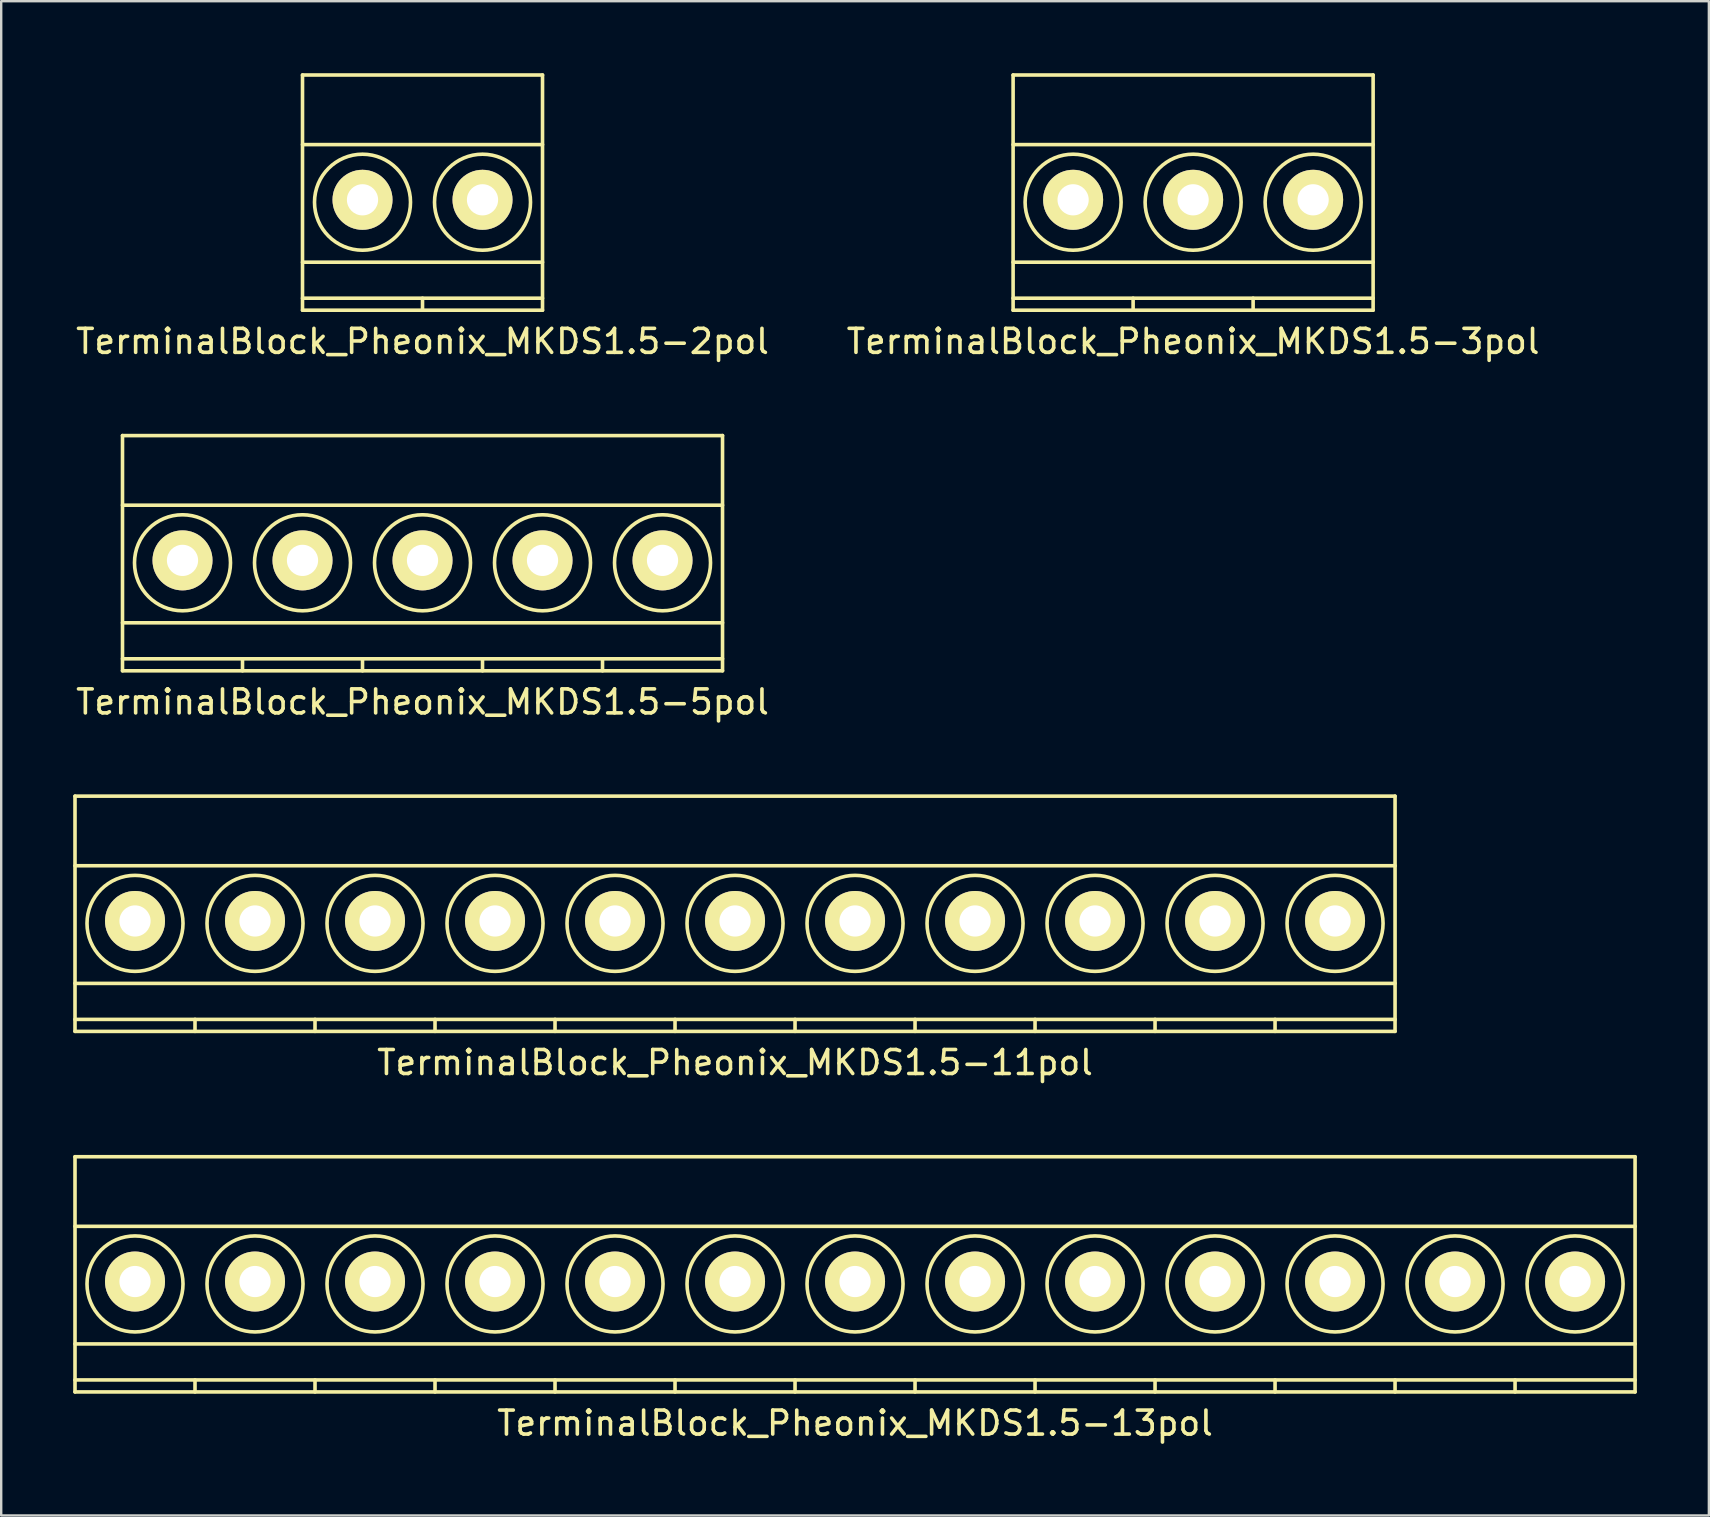
<source format=kicad_pcb>
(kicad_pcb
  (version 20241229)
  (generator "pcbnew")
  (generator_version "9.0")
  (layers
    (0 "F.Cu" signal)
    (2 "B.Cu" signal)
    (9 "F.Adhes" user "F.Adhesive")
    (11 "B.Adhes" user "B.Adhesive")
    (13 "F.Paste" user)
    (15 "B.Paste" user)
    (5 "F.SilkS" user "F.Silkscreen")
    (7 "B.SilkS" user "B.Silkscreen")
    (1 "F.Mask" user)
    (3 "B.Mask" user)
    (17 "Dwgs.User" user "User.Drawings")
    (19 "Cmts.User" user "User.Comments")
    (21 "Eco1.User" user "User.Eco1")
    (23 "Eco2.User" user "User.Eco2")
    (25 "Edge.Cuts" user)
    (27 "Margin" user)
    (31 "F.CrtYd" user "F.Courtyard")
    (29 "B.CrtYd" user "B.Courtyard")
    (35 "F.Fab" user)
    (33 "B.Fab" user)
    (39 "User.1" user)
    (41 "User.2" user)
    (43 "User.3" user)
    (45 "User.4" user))
  (footprint "TerminalBlock_Pheonix_MKDS1.5-13pol"
    (layer "F.Cu")
    (at 32.575 50.345)
    (property "Reference" "TerminalBlock_Pheonix_MKDS1.5-13pol" (at 0 5.9 0) (layer "F.SilkS") (effects (font (size 1 1) (thickness 0.15))))
    (attr through_hole)
    (fp_line (start -32.5 -5.2) (end -32.5 4.6) (stroke (width 0.15) (type solid)) (layer "F.SilkS"))
    (fp_line (start -32.5 -2.3) (end 32.5 -2.3) (stroke (width 0.15) (type solid)) (layer "F.SilkS"))
    (fp_line (start -32.5 2.6) (end 32.5 2.6) (stroke (width 0.15) (type solid)) (layer "F.SilkS"))
    (fp_line (start -32.5 4.1) (end 32.5 4.1) (stroke (width 0.15) (type solid)) (layer "F.SilkS"))
    (fp_line (start -32.5 4.6) (end 32.5 4.6) (stroke (width 0.15) (type solid)) (layer "F.SilkS"))
    (fp_line (start -27.5 4.1) (end -27.5 4.6) (stroke (width 0.15) (type solid)) (layer "F.SilkS"))
    (fp_line (start -22.5 4.1) (end -22.5 4.6) (stroke (width 0.15) (type solid)) (layer "F.SilkS"))
    (fp_line (start -17.5 4.1) (end -17.5 4.6) (stroke (width 0.15) (type solid)) (layer "F.SilkS"))
    (fp_line (start -12.5 4.1) (end -12.5 4.6) (stroke (width 0.15) (type solid)) (layer "F.SilkS"))
    (fp_line (start -7.5 4.1) (end -7.5 4.6) (stroke (width 0.15) (type solid)) (layer "F.SilkS"))
    (fp_line (start -2.5 4.1) (end -2.5 4.6) (stroke (width 0.15) (type solid)) (layer "F.SilkS"))
    (fp_line (start 2.5 4.1) (end 2.5 4.6) (stroke (width 0.15) (type solid)) (layer "F.SilkS"))
    (fp_line (start 7.5 4.1) (end 7.5 4.6) (stroke (width 0.15) (type solid)) (layer "F.SilkS"))
    (fp_line (start 12.5 4.1) (end 12.5 4.6) (stroke (width 0.15) (type solid)) (layer "F.SilkS"))
    (fp_line (start 17.5 4.1) (end 17.5 4.6) (stroke (width 0.15) (type solid)) (layer "F.SilkS"))
    (fp_line (start 22.5 4.1) (end 22.5 4.6) (stroke (width 0.15) (type solid)) (layer "F.SilkS"))
    (fp_line (start 27.5 4.1) (end 27.5 4.6) (stroke (width 0.15) (type solid)) (layer "F.SilkS"))
    (fp_line (start 32.5 -5.2) (end -32.5 -5.2) (stroke (width 0.15) (type solid)) (layer "F.SilkS"))
    (fp_line (start 32.5 4.6) (end 32.5 -5.2) (stroke (width 0.15) (type solid)) (layer "F.SilkS"))
    (fp_circle (center -30 0.1) (end -28 0.1) (stroke (width 0.15) (type solid)) (fill no) (layer "F.SilkS"))
    (fp_circle (center -25 0.1) (end -27 0.1) (stroke (width 0.15) (type solid)) (fill no) (layer "F.SilkS"))
    (fp_circle (center -20 0.1) (end -22 0.1) (stroke (width 0.15) (type solid)) (fill no) (layer "F.SilkS"))
    (fp_circle (center -15 0.1) (end -17 0.1) (stroke (width 0.15) (type solid)) (fill no) (layer "F.SilkS"))
    (fp_circle (center -10 0.1) (end -12 0.1) (stroke (width 0.15) (type solid)) (fill no) (layer "F.SilkS"))
    (fp_circle (center -5 0.1) (end -7 0.1) (stroke (width 0.15) (type solid)) (fill no) (layer "F.SilkS"))
    (fp_circle (center 0 0.1) (end -2 0.1) (stroke (width 0.15) (type solid)) (fill no) (layer "F.SilkS"))
    (fp_circle (center 5 0.1) (end 3 0.1) (stroke (width 0.15) (type solid)) (fill no) (layer "F.SilkS"))
    (fp_circle (center 10 0.1) (end 8 0.1) (stroke (width 0.15) (type solid)) (fill no) (layer "F.SilkS"))
    (fp_circle (center 15 0.1) (end 13 0.1) (stroke (width 0.15) (type solid)) (fill no) (layer "F.SilkS"))
    (fp_circle (center 20 0.1) (end 18 0.1) (stroke (width 0.15) (type solid)) (fill no) (layer "F.SilkS"))
    (fp_circle (center 25 0.1) (end 23 0.1) (stroke (width 0.15) (type solid)) (fill no) (layer "F.SilkS"))
    (fp_circle (center 30 0.1) (end 28 0.1) (stroke (width 0.15) (type solid)) (fill no) (layer "F.SilkS"))
    (pad "1" thru_hole circle (at -30 0) (size 2.5 2.5) (drill 1.3) (layers "*.Cu" "*.Mask" "F.SilkS"))
    (pad "2" thru_hole circle (at -25 0) (size 2.5 2.5) (drill 1.3) (layers "*.Cu" "*.Mask" "F.SilkS"))
    (pad "3" thru_hole circle (at -20 0) (size 2.5 2.5) (drill 1.3) (layers "*.Cu" "*.Mask" "F.SilkS"))
    (pad "4" thru_hole circle (at -15 0) (size 2.5 2.5) (drill 1.3) (layers "*.Cu" "*.Mask" "F.SilkS"))
    (pad "5" thru_hole circle (at -10 0) (size 2.5 2.5) (drill 1.3) (layers "*.Cu" "*.Mask" "F.SilkS"))
    (pad "6" thru_hole circle (at -5 0) (size 2.5 2.5) (drill 1.3) (layers "*.Cu" "*.Mask" "F.SilkS"))
    (pad "7" thru_hole circle (at 0 0) (size 2.5 2.5) (drill 1.3) (layers "*.Cu" "*.Mask" "F.SilkS"))
    (pad "8" thru_hole circle (at 5 0) (size 2.5 2.5) (drill 1.3) (layers "*.Cu" "*.Mask" "F.SilkS"))
    (pad "9" thru_hole circle (at 10 0) (size 2.5 2.5) (drill 1.3) (layers "*.Cu" "*.Mask" "F.SilkS"))
    (pad "10" thru_hole circle (at 15 0) (size 2.5 2.5) (drill 1.3) (layers "*.Cu" "*.Mask" "F.SilkS"))
    (pad "11" thru_hole circle (at 20 0) (size 2.5 2.5) (drill 1.3) (layers "*.Cu" "*.Mask" "F.SilkS"))
    (pad "12" thru_hole circle (at 25 0) (size 2.5 2.5) (drill 1.3) (layers "*.Cu" "*.Mask" "F.SilkS"))
    (pad "13" thru_hole circle (at 30 0) (size 2.5 2.5) (drill 1.3) (layers "*.Cu" "*.Mask" "F.SilkS")))
  (footprint "TerminalBlock_Pheonix_MKDS1.5-5pol"
    (layer "F.Cu")
    (at 14.554 20.298)
    (property "Reference" "TerminalBlock_Pheonix_MKDS1.5-5pol" (at 0 5.9 0) (layer "F.SilkS") (effects (font (size 1 1) (thickness 0.15))))
    (attr through_hole)
    (fp_line (start -12.5 -5.2) (end -12.5 4.6) (stroke (width 0.15) (type solid)) (layer "F.SilkS"))
    (fp_line (start -12.5 -2.3) (end 12.5 -2.3) (stroke (width 0.15) (type solid)) (layer "F.SilkS"))
    (fp_line (start -12.5 2.6) (end 12.5 2.6) (stroke (width 0.15) (type solid)) (layer "F.SilkS"))
    (fp_line (start -12.5 4.1) (end 12.5 4.1) (stroke (width 0.15) (type solid)) (layer "F.SilkS"))
    (fp_line (start -12.5 4.6) (end 12.5 4.6) (stroke (width 0.15) (type solid)) (layer "F.SilkS"))
    (fp_line (start -7.5 4.1) (end -7.5 4.6) (stroke (width 0.15) (type solid)) (layer "F.SilkS"))
    (fp_line (start -2.5 4.1) (end -2.5 4.6) (stroke (width 0.15) (type solid)) (layer "F.SilkS"))
    (fp_line (start 2.5 4.1) (end 2.5 4.6) (stroke (width 0.15) (type solid)) (layer "F.SilkS"))
    (fp_line (start 7.5 4.1) (end 7.5 4.6) (stroke (width 0.15) (type solid)) (layer "F.SilkS"))
    (fp_line (start 12.5 -5.2) (end -12.5 -5.2) (stroke (width 0.15) (type solid)) (layer "F.SilkS"))
    (fp_line (start 12.5 4.6) (end 12.5 -5.2) (stroke (width 0.15) (type solid)) (layer "F.SilkS"))
    (fp_circle (center -10 0.1) (end -8 0.1) (stroke (width 0.15) (type solid)) (fill no) (layer "F.SilkS"))
    (fp_circle (center -5 0.1) (end -7 0.1) (stroke (width 0.15) (type solid)) (fill no) (layer "F.SilkS"))
    (fp_circle (center 0 0.1) (end -2 0.1) (stroke (width 0.15) (type solid)) (fill no) (layer "F.SilkS"))
    (fp_circle (center 5 0.1) (end 3 0.1) (stroke (width 0.15) (type solid)) (fill no) (layer "F.SilkS"))
    (fp_circle (center 10 0.1) (end 8 0.1) (stroke (width 0.15) (type solid)) (fill no) (layer "F.SilkS"))
    (pad "1" thru_hole circle (at -10 0) (size 2.5 2.5) (drill 1.3) (layers "*.Cu" "*.Mask" "F.SilkS"))
    (pad "2" thru_hole circle (at -5 0) (size 2.5 2.5) (drill 1.3) (layers "*.Cu" "*.Mask" "F.SilkS"))
    (pad "3" thru_hole circle (at 0 0) (size 2.5 2.5) (drill 1.3) (layers "*.Cu" "*.Mask" "F.SilkS"))
    (pad "4" thru_hole circle (at 5 0) (size 2.5 2.5) (drill 1.3) (layers "*.Cu" "*.Mask" "F.SilkS"))
    (pad "5" thru_hole circle (at 10 0) (size 2.5 2.5) (drill 1.3) (layers "*.Cu" "*.Mask" "F.SilkS")))
  (footprint "TerminalBlock_Pheonix_MKDS1.5-3pol"
    (layer "F.Cu")
    (at 46.661 5.275)
    (property "Reference" "TerminalBlock_Pheonix_MKDS1.5-3pol" (at 0 5.9 0) (layer "F.SilkS") (effects (font (size 1 1) (thickness 0.15))))
    (attr through_hole)
    (fp_line (start -7.5 -5.2) (end -7.5 4.6) (stroke (width 0.15) (type solid)) (layer "F.SilkS"))
    (fp_line (start -7.5 -2.3) (end 7.5 -2.3) (stroke (width 0.15) (type solid)) (layer "F.SilkS"))
    (fp_line (start -7.5 2.6) (end 7.5 2.6) (stroke (width 0.15) (type solid)) (layer "F.SilkS"))
    (fp_line (start -7.5 4.1) (end 7.5 4.1) (stroke (width 0.15) (type solid)) (layer "F.SilkS"))
    (fp_line (start -7.5 4.6) (end 7.5 4.6) (stroke (width 0.15) (type solid)) (layer "F.SilkS"))
    (fp_line (start -2.5 4.1) (end -2.5 4.6) (stroke (width 0.15) (type solid)) (layer "F.SilkS"))
    (fp_line (start 2.5 4.1) (end 2.5 4.6) (stroke (width 0.15) (type solid)) (layer "F.SilkS"))
    (fp_line (start 7.5 -5.2) (end -7.5 -5.2) (stroke (width 0.15) (type solid)) (layer "F.SilkS"))
    (fp_line (start 7.5 4.6) (end 7.5 -5.2) (stroke (width 0.15) (type solid)) (layer "F.SilkS"))
    (fp_circle (center -5 0.1) (end -3 0.1) (stroke (width 0.15) (type solid)) (fill no) (layer "F.SilkS"))
    (fp_circle (center 0 0.1) (end -2 0.1) (stroke (width 0.15) (type solid)) (fill no) (layer "F.SilkS"))
    (fp_circle (center 5 0.1) (end 3 0.1) (stroke (width 0.15) (type solid)) (fill no) (layer "F.SilkS"))
    (pad "1" thru_hole circle (at -5 0) (size 2.5 2.5) (drill 1.3) (layers "*.Cu" "*.Mask" "F.SilkS"))
    (pad "2" thru_hole circle (at 0 0) (size 2.5 2.5) (drill 1.3) (layers "*.Cu" "*.Mask" "F.SilkS"))
    (pad "3" thru_hole circle (at 5 0) (size 2.5 2.5) (drill 1.3) (layers "*.Cu" "*.Mask" "F.SilkS")))
  (footprint "TerminalBlock_Pheonix_MKDS1.5-2pol"
    (layer "F.Cu")
    (at 14.554 5.275)
    (property "Reference" "TerminalBlock_Pheonix_MKDS1.5-2pol" (at 0 5.9 0) (layer "F.SilkS") (effects (font (size 1 1) (thickness 0.15))))
    (attr through_hole)
    (fp_line (start -5 -5.2) (end -5 4.6) (stroke (width 0.15) (type solid)) (layer "F.SilkS"))
    (fp_line (start -5 -2.3) (end 5 -2.3) (stroke (width 0.15) (type solid)) (layer "F.SilkS"))
    (fp_line (start -5 2.6) (end 5 2.6) (stroke (width 0.15) (type solid)) (layer "F.SilkS"))
    (fp_line (start -5 4.1) (end 5 4.1) (stroke (width 0.15) (type solid)) (layer "F.SilkS"))
    (fp_line (start -5 4.6) (end 5 4.6) (stroke (width 0.15) (type solid)) (layer "F.SilkS"))
    (fp_line (start 0 4.1) (end 0 4.6) (stroke (width 0.15) (type solid)) (layer "F.SilkS"))
    (fp_line (start 5 -5.2) (end -5 -5.2) (stroke (width 0.15) (type solid)) (layer "F.SilkS"))
    (fp_line (start 5 4.6) (end 5 -5.2) (stroke (width 0.15) (type solid)) (layer "F.SilkS"))
    (fp_circle (center -2.5 0.1) (end -0.5 0.1) (stroke (width 0.15) (type solid)) (fill no) (layer "F.SilkS"))
    (fp_circle (center 2.5 0.1) (end 0.5 0.1) (stroke (width 0.15) (type solid)) (fill no) (layer "F.SilkS"))
    (pad "1" thru_hole circle (at -2.5 0) (size 2.5 2.5) (drill 1.3) (layers "*.Cu" "*.Mask" "F.SilkS"))
    (pad "2" thru_hole circle (at 2.5 0) (size 2.5 2.5) (drill 1.3) (layers "*.Cu" "*.Mask" "F.SilkS")))
  (footprint "TerminalBlock_Pheonix_MKDS1.5-11pol"
    (layer "F.Cu")
    (at 27.575 35.322)
    (property "Reference" "TerminalBlock_Pheonix_MKDS1.5-11pol" (at 0 5.9 0) (layer "F.SilkS") (effects (font (size 1 1) (thickness 0.15))))
    (attr through_hole)
    (fp_line (start -27.5 -5.2) (end -27.5 4.6) (stroke (width 0.15) (type solid)) (layer "F.SilkS"))
    (fp_line (start -27.5 -2.3) (end 27.5 -2.3) (stroke (width 0.15) (type solid)) (layer "F.SilkS"))
    (fp_line (start -27.5 2.6) (end 27.5 2.6) (stroke (width 0.15) (type solid)) (layer "F.SilkS"))
    (fp_line (start -27.5 4.1) (end 27.5 4.1) (stroke (width 0.15) (type solid)) (layer "F.SilkS"))
    (fp_line (start -27.5 4.6) (end 27.5 4.6) (stroke (width 0.15) (type solid)) (layer "F.SilkS"))
    (fp_line (start -22.5 4.1) (end -22.5 4.6) (stroke (width 0.15) (type solid)) (layer "F.SilkS"))
    (fp_line (start -17.5 4.1) (end -17.5 4.6) (stroke (width 0.15) (type solid)) (layer "F.SilkS"))
    (fp_line (start -12.5 4.1) (end -12.5 4.6) (stroke (width 0.15) (type solid)) (layer "F.SilkS"))
    (fp_line (start -7.5 4.1) (end -7.5 4.6) (stroke (width 0.15) (type solid)) (layer "F.SilkS"))
    (fp_line (start -2.5 4.1) (end -2.5 4.6) (stroke (width 0.15) (type solid)) (layer "F.SilkS"))
    (fp_line (start 2.5 4.1) (end 2.5 4.6) (stroke (width 0.15) (type solid)) (layer "F.SilkS"))
    (fp_line (start 7.5 4.1) (end 7.5 4.6) (stroke (width 0.15) (type solid)) (layer "F.SilkS"))
    (fp_line (start 12.5 4.1) (end 12.5 4.6) (stroke (width 0.15) (type solid)) (layer "F.SilkS"))
    (fp_line (start 17.5 4.1) (end 17.5 4.6) (stroke (width 0.15) (type solid)) (layer "F.SilkS"))
    (fp_line (start 22.5 4.1) (end 22.5 4.6) (stroke (width 0.15) (type solid)) (layer "F.SilkS"))
    (fp_line (start 27.5 -5.2) (end -27.5 -5.2) (stroke (width 0.15) (type solid)) (layer "F.SilkS"))
    (fp_line (start 27.5 4.6) (end 27.5 -5.2) (stroke (width 0.15) (type solid)) (layer "F.SilkS"))
    (fp_circle (center -25 0.1) (end -23 0.1) (stroke (width 0.15) (type solid)) (fill no) (layer "F.SilkS"))
    (fp_circle (center -20 0.1) (end -22 0.1) (stroke (width 0.15) (type solid)) (fill no) (layer "F.SilkS"))
    (fp_circle (center -15 0.1) (end -17 0.1) (stroke (width 0.15) (type solid)) (fill no) (layer "F.SilkS"))
    (fp_circle (center -10 0.1) (end -12 0.1) (stroke (width 0.15) (type solid)) (fill no) (layer "F.SilkS"))
    (fp_circle (center -5 0.1) (end -7 0.1) (stroke (width 0.15) (type solid)) (fill no) (layer "F.SilkS"))
    (fp_circle (center 0 0.1) (end -2 0.1) (stroke (width 0.15) (type solid)) (fill no) (layer "F.SilkS"))
    (fp_circle (center 5 0.1) (end 3 0.1) (stroke (width 0.15) (type solid)) (fill no) (layer "F.SilkS"))
    (fp_circle (center 10 0.1) (end 8 0.1) (stroke (width 0.15) (type solid)) (fill no) (layer "F.SilkS"))
    (fp_circle (center 15 0.1) (end 13 0.1) (stroke (width 0.15) (type solid)) (fill no) (layer "F.SilkS"))
    (fp_circle (center 20 0.1) (end 18 0.1) (stroke (width 0.15) (type solid)) (fill no) (layer "F.SilkS"))
    (fp_circle (center 25 0.1) (end 23 0.1) (stroke (width 0.15) (type solid)) (fill no) (layer "F.SilkS"))
    (pad "1" thru_hole circle (at -25 0) (size 2.5 2.5) (drill 1.3) (layers "*.Cu" "*.Mask" "F.SilkS"))
    (pad "2" thru_hole circle (at -20 0) (size 2.5 2.5) (drill 1.3) (layers "*.Cu" "*.Mask" "F.SilkS"))
    (pad "3" thru_hole circle (at -15 0) (size 2.5 2.5) (drill 1.3) (layers "*.Cu" "*.Mask" "F.SilkS"))
    (pad "4" thru_hole circle (at -10 0) (size 2.5 2.5) (drill 1.3) (layers "*.Cu" "*.Mask" "F.SilkS"))
    (pad "5" thru_hole circle (at -5 0) (size 2.5 2.5) (drill 1.3) (layers "*.Cu" "*.Mask" "F.SilkS"))
    (pad "6" thru_hole circle (at 0 0) (size 2.5 2.5) (drill 1.3) (layers "*.Cu" "*.Mask" "F.SilkS"))
    (pad "7" thru_hole circle (at 5 0) (size 2.5 2.5) (drill 1.3) (layers "*.Cu" "*.Mask" "F.SilkS"))
    (pad "8" thru_hole circle (at 10 0) (size 2.5 2.5) (drill 1.3) (layers "*.Cu" "*.Mask" "F.SilkS"))
    (pad "9" thru_hole circle (at 15 0) (size 2.5 2.5) (drill 1.3) (layers "*.Cu" "*.Mask" "F.SilkS"))
    (pad "10" thru_hole circle (at 20 0) (size 2.5 2.5) (drill 1.3) (layers "*.Cu" "*.Mask" "F.SilkS"))
    (pad "11" thru_hole circle (at 25 0) (size 2.5 2.5) (drill 1.3) (layers "*.Cu" "*.Mask" "F.SilkS")))
  (gr_rect
    (start -3 -3)
    (end 68.15 60.093)
    (stroke (width 0.1) (type default))
    (fill no)
    (layer "Edge.Cuts")))
</source>
